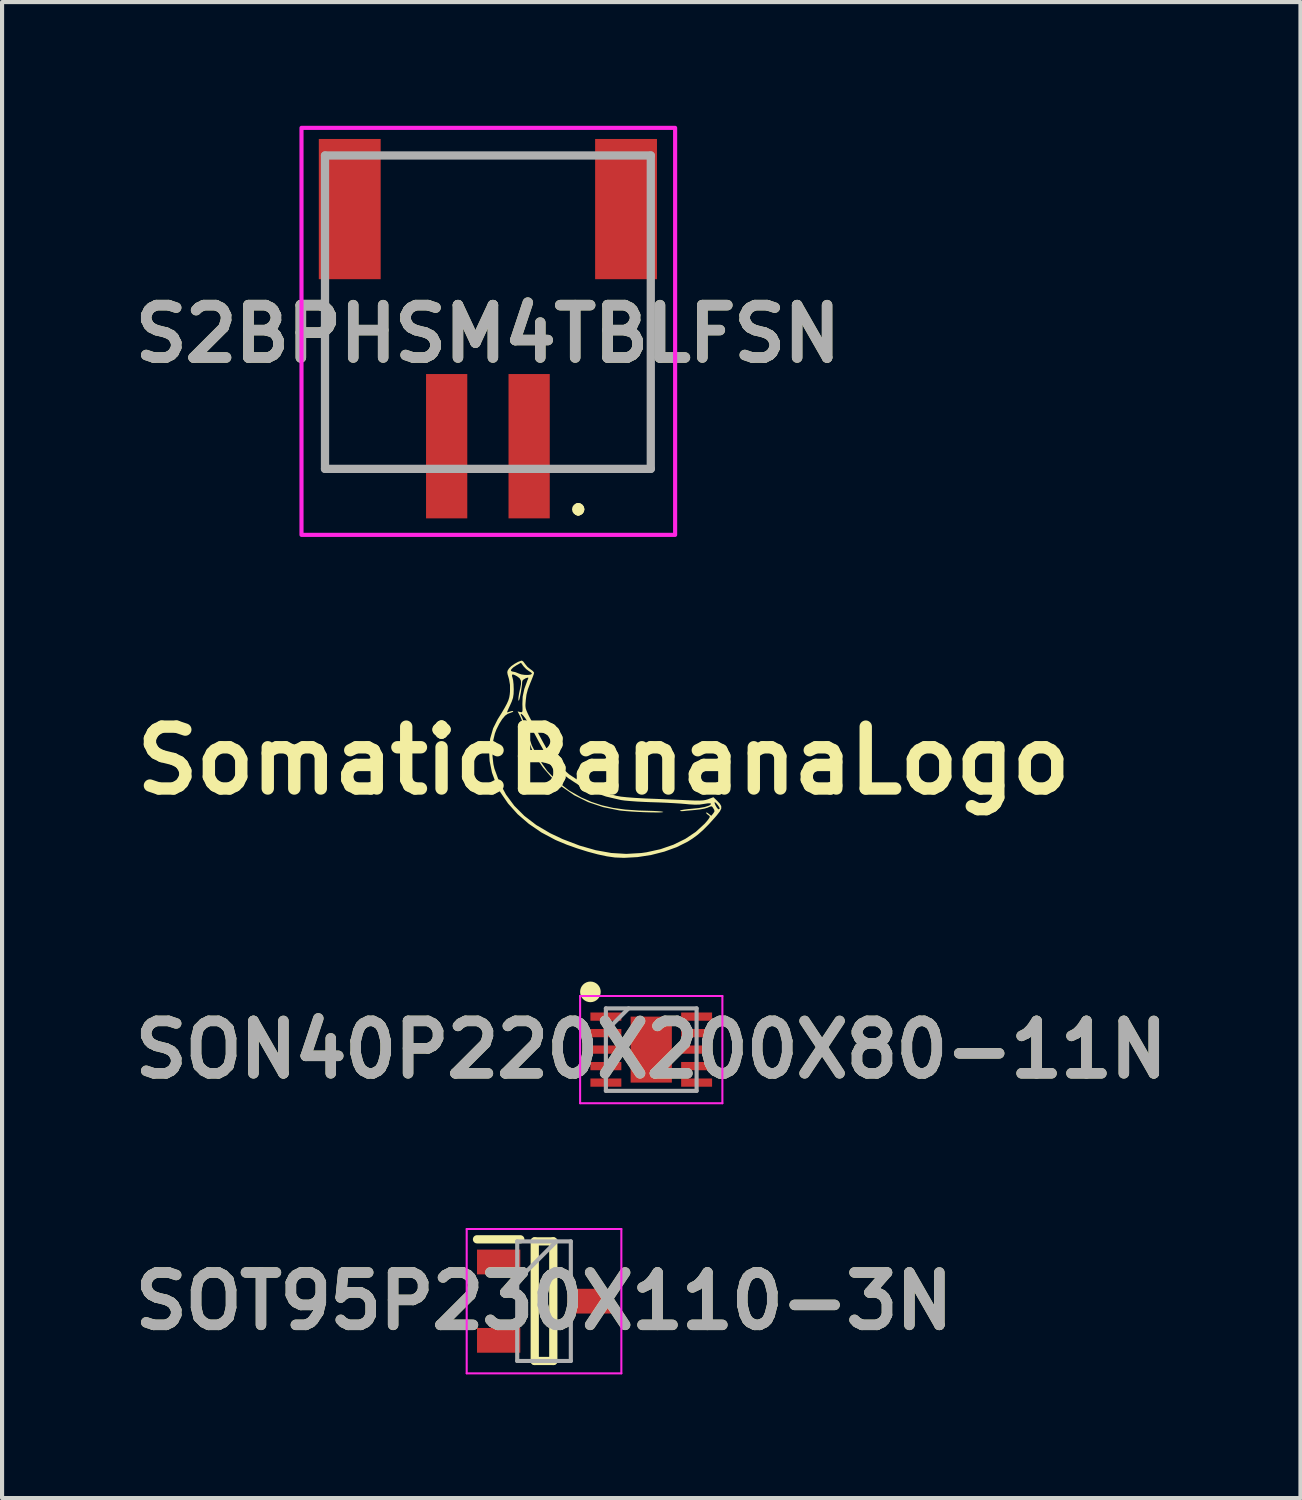
<source format=kicad_pcb>
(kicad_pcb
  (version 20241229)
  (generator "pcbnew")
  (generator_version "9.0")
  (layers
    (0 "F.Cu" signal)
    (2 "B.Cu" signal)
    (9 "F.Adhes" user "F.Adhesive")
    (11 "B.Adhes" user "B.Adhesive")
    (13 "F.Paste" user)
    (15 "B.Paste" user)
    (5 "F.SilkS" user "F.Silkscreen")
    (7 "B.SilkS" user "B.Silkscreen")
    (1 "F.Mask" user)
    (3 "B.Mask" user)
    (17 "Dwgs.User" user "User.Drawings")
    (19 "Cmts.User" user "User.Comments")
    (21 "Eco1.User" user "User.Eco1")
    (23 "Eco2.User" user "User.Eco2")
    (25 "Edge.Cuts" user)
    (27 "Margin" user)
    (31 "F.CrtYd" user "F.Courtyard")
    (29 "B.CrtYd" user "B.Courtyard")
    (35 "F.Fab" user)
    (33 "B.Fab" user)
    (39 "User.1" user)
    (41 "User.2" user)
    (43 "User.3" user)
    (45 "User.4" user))
  (footprint "S2BPHSM4TBLFSN"
    (layer "F.Cu")
    (at 8.781 4.52)
    (property "Reference" "S2BPHSM4TBLFSN" (at 0 0.525 0) (layer "F.SilkS") (effects (font (size 1.27 1.27) (thickness 0.254))))
    (attr smd)
    (fp_line (start -3.95 3.8) (end -3.95 -0.4) (stroke (width 0.1) (type solid)) (layer "F.SilkS"))
    (fp_line (start -2 3.8) (end -3.95 3.8) (stroke (width 0.1) (type solid)) (layer "F.SilkS"))
    (fp_line (start 2.19 4.83) (end 2.19 4.83) (stroke (width 0.2) (type solid)) (layer "F.SilkS"))
    (fp_line (start 2.2 -3.8) (end -2 -3.8) (stroke (width 0.1) (type solid)) (layer "F.SilkS"))
    (fp_line (start 3.95 -0.4) (end 3.95 3.8) (stroke (width 0.1) (type solid)) (layer "F.SilkS"))
    (fp_line (start 3.95 3.8) (end 2 3.8) (stroke (width 0.1) (type solid)) (layer "F.SilkS"))
    (fp_arc (start 2.19 4.73) (mid 2.24 4.78) (end 2.19 4.83) (stroke (width 0.2) (type solid)) (layer "F.SilkS"))
    (fp_arc (start 2.19 4.73) (mid 2.24 4.78) (end 2.19 4.83) (stroke (width 0.2) (type solid)) (layer "F.SilkS"))
    (fp_arc (start 2.19 4.83) (mid 2.14 4.78) (end 2.19 4.73) (stroke (width 0.2) (type solid)) (layer "F.SilkS"))
    (fp_rect (start 4.54 -4.47) (end -4.52 5.4) (stroke (width 0.1) (type default)) (fill no) (layer "F.CrtYd"))
    (fp_line (start -3.95 -3.8) (end -3.95 3.8) (stroke (width 0.2) (type solid)) (layer "F.Fab"))
    (fp_line (start -3.95 3.8) (end 3.95 3.8) (stroke (width 0.2) (type solid)) (layer "F.Fab"))
    (fp_line (start 3.95 -3.8) (end -3.95 -3.8) (stroke (width 0.2) (type solid)) (layer "F.Fab"))
    (fp_line (start 3.95 3.8) (end 3.95 -3.8) (stroke (width 0.2) (type solid)) (layer "F.Fab"))
    (fp_text user "${REFERENCE}" (at 0 0.525 0) (layer "F.Fab") (effects (font (size 1.27 1.27) (thickness 0.254))))
    (pad "1" smd rect (at 1 3.25) (size 1 3.5) (layers "F.Cu" "F.Mask" "F.Paste"))
    (pad "2" smd rect (at -1 3.25) (size 1 3.5) (layers "F.Cu" "F.Mask" "F.Paste"))
    (pad "MP1" smd rect (at 3.35 -2.5) (size 1.5 3.4) (layers "F.Cu" "F.Mask" "F.Paste"))
    (pad "MP2" smd rect (at -3.35 -2.5) (size 1.5 3.4) (layers "F.Cu" "F.Mask" "F.Paste")))
  (footprint "SON40P220X200X80-11N"
    (layer "F.Cu")
    (at 12.742 22.402)
    (property "Reference" "SON40P220X200X80-11N" (at 0 0 0) (layer "F.SilkS") (effects (font (size 1.27 1.27) (thickness 0.254))))
    (attr smd)
    (fp_circle (center -1.475 -1.4) (end -1.475 -1.275) (stroke (width 0.25) (type solid)) (fill no) (layer "F.SilkS"))
    (fp_line (start -1.725 -1.3) (end 1.725 -1.3) (stroke (width 0.05) (type solid)) (layer "F.CrtYd"))
    (fp_line (start -1.725 1.3) (end -1.725 -1.3) (stroke (width 0.05) (type solid)) (layer "F.CrtYd"))
    (fp_line (start 1.725 -1.3) (end 1.725 1.3) (stroke (width 0.05) (type solid)) (layer "F.CrtYd"))
    (fp_line (start 1.725 1.3) (end -1.725 1.3) (stroke (width 0.05) (type solid)) (layer "F.CrtYd"))
    (fp_line (start -1.1 -1) (end 1.1 -1) (stroke (width 0.1) (type solid)) (layer "F.Fab"))
    (fp_line (start -1.1 -0.45) (end -0.55 -1) (stroke (width 0.1) (type solid)) (layer "F.Fab"))
    (fp_line (start -1.1 1) (end -1.1 -1) (stroke (width 0.1) (type solid)) (layer "F.Fab"))
    (fp_line (start 1.1 -1) (end 1.1 1) (stroke (width 0.1) (type solid)) (layer "F.Fab"))
    (fp_line (start 1.1 1) (end -1.1 1) (stroke (width 0.1) (type solid)) (layer "F.Fab"))
    (fp_text user "${REFERENCE}" (at 0 0 0) (layer "F.Fab") (effects (font (size 1.27 1.27) (thickness 0.254))))
    (pad "1" smd rect (at -1.1 -0.8 90) (size 0.2 0.75) (layers "F.Cu" "F.Mask" "F.Paste"))
    (pad "2" smd rect (at -1.1 -0.4 90) (size 0.2 0.75) (layers "F.Cu" "F.Mask" "F.Paste"))
    (pad "3" smd rect (at -1.1 0 90) (size 0.2 0.75) (layers "F.Cu" "F.Mask" "F.Paste"))
    (pad "4" smd rect (at -1.1 0.4 90) (size 0.2 0.75) (layers "F.Cu" "F.Mask" "F.Paste"))
    (pad "5" smd rect (at -1.1 0.8 90) (size 0.2 0.75) (layers "F.Cu" "F.Mask" "F.Paste"))
    (pad "6" smd rect (at 1.1 0.8 90) (size 0.2 0.75) (layers "F.Cu" "F.Mask" "F.Paste"))
    (pad "7" smd rect (at 1.1 0.4 90) (size 0.2 0.75) (layers "F.Cu" "F.Mask" "F.Paste"))
    (pad "8" smd rect (at 1.1 0 90) (size 0.2 0.75) (layers "F.Cu" "F.Mask" "F.Paste"))
    (pad "9" smd rect (at 1.1 -0.4 90) (size 0.2 0.75) (layers "F.Cu" "F.Mask" "F.Paste"))
    (pad "10" smd rect (at 1.1 -0.8 90) (size 0.2 0.75) (layers "F.Cu" "F.Mask" "F.Paste"))
    (pad "11" smd rect (at 0 0) (size 1 1.6) (layers "F.Cu" "F.Mask" "F.Paste")))
  (footprint "SomaticBananaLogo"
    (layer "F.Cu")
    (at 11.586 15.392)
    (property "Reference" "SomaticBananaLogo" (at 0 0 0) (layer "F.SilkS") (effects (font (size 1.5 1.5) (thickness 0.3))))
    (attr board_only exclude_from_pos_files exclude_from_bom)
    (fp_poly (pts (xy -1.948 -2.401) (xy -1.909 -2.35) (xy -1.903 -2.341) (xy -1.847 -2.272) (xy -1.774 -2.213) (xy -1.77 -2.211) (xy -1.715 -2.17) (xy -1.686 -2.133) (xy -1.685 -2.127) (xy -1.694 -2.09) (xy -1.721 -2.017) (xy -1.759 -1.922) (xy -1.779 -1.874) (xy -1.836 -1.726) (xy -1.87 -1.596) (xy -1.887 -1.458) (xy -1.887 -1.452) (xy -1.892 -1.392) (xy -1.895 -1.344) (xy -1.893 -1.302) (xy -1.886 -1.259) (xy -1.869 -1.208) (xy -1.84 -1.143) (xy -1.798 -1.057) (xy -1.738 -0.944) (xy -1.659 -0.798) (xy -1.562 -0.619) (xy -1.465 -0.439) (xy -1.386 -0.298) (xy -1.319 -0.187) (xy -1.259 -0.097) (xy -1.201 -0.019) (xy -1.138 0.054) (xy -1.081 0.115) (xy -0.835 0.336) (xy -0.546 0.527) (xy -0.214 0.686) (xy 0.159 0.815) (xy 0.316 0.857) (xy 0.417 0.875) (xy 0.567 0.891) (xy 0.761 0.906) (xy 0.995 0.919) (xy 1.092 0.923) (xy 1.294 0.931) (xy 1.503 0.94) (xy 1.707 0.948) (xy 1.89 0.956) (xy 2.037 0.963) (xy 2.06 0.964) (xy 2.213 0.97) (xy 2.326 0.971) (xy 2.408 0.967) (xy 2.472 0.957) (xy 2.53 0.94) (xy 2.543 0.935) (xy 2.663 0.889) (xy 2.754 0.977) (xy 2.82 1.047) (xy 2.853 1.106) (xy 2.854 1.164) (xy 2.82 1.234) (xy 2.75 1.324) (xy 2.707 1.374) (xy 2.552 1.546) (xy 2.415 1.684) (xy 2.288 1.796) (xy 2.159 1.891) (xy 2.042 1.966) (xy 1.775 2.1) (xy 1.474 2.209) (xy 1.152 2.291) (xy 0.822 2.342) (xy 0.496 2.36) (xy 0.276 2.351) (xy 0.085 2.324) (xy -0.14 2.276) (xy -0.386 2.21) (xy -0.641 2.13) (xy -0.891 2.041) (xy -1.123 1.945) (xy -1.172 1.923) (xy -1.508 1.744) (xy -1.813 1.535) (xy -2.085 1.3) (xy -2.316 1.042) (xy -2.504 0.767) (xy -2.603 0.574) (xy -2.705 0.296) (xy -2.763 0.014) (xy -2.778 -0.264) (xy -2.774 -0.301) (xy -2.693 -0.301) (xy -2.693 -0.1) (xy -2.672 0.089) (xy -2.647 0.197) (xy -2.526 0.527) (xy -2.365 0.827) (xy -2.164 1.099) (xy -1.919 1.344) (xy -1.631 1.565) (xy -1.296 1.762) (xy -0.992 1.906) (xy -0.581 2.063) (xy -0.189 2.175) (xy 0.187 2.242) (xy 0.553 2.264) (xy 0.913 2.243) (xy 1.041 2.225) (xy 1.379 2.15) (xy 1.695 2.041) (xy 1.982 1.9) (xy 2.235 1.731) (xy 2.446 1.537) (xy 2.458 1.525) (xy 2.53 1.441) (xy 2.568 1.386) (xy 2.575 1.352) (xy 2.554 1.331) (xy 2.542 1.326) (xy 2.499 1.29) (xy 2.49 1.273) (xy 2.491 1.255) (xy 2.527 1.275) (xy 2.543 1.287) (xy 2.611 1.341) (xy 2.658 1.284) (xy 2.689 1.236) (xy 2.684 1.196) (xy 2.665 1.166) (xy 2.639 1.125) (xy 2.617 1.11) (xy 2.582 1.118) (xy 2.519 1.145) (xy 2.444 1.167) (xy 2.34 1.186) (xy 2.232 1.198) (xy 2.12 1.208) (xy 2.014 1.217) (xy 1.939 1.226) (xy 1.878 1.228) (xy 1.852 1.219) (xy 1.854 1.214) (xy 1.885 1.202) (xy 1.956 1.189) (xy 2.055 1.177) (xy 2.112 1.172) (xy 2.306 1.153) (xy 2.451 1.128) (xy 2.55 1.096) (xy 2.579 1.081) (xy 2.608 1.053) (xy 2.59 1.038) (xy 2.529 1.038) (xy 2.43 1.053) (xy 2.429 1.053) (xy 2.329 1.068) (xy 2.217 1.071) (xy 2.078 1.063) (xy 1.986 1.054) (xy 1.864 1.044) (xy 1.705 1.034) (xy 1.523 1.024) (xy 1.332 1.016) (xy 1.171 1.011) (xy 1.136 1.01) (xy 2.693 1.01) (xy 2.695 1.04) (xy 2.717 1.091) (xy 2.749 1.145) (xy 2.78 1.18) (xy 2.791 1.184) (xy 2.816 1.167) (xy 2.816 1.162) (xy 2.802 1.128) (xy 2.769 1.08) (xy 2.731 1.035) (xy 2.701 1.01) (xy 2.693 1.01) (xy 1.136 1.01) (xy 0.992 1.004) (xy 0.814 0.995) (xy 0.65 0.983) (xy 0.513 0.971) (xy 0.421 0.958) (xy 0.058 0.873) (xy -0.29 0.749) (xy -0.612 0.588) (xy -0.858 0.427) (xy -0.994 0.319) (xy -1.113 0.211) (xy -1.221 0.092) (xy -1.324 -0.044) (xy -1.429 -0.206) (xy -1.541 -0.402) (xy -1.644 -0.594) (xy -1.732 -0.757) (xy -1.815 -0.898) (xy -1.888 -1.011) (xy -1.948 -1.09) (xy -1.991 -1.129) (xy -2.001 -1.132) (xy -2.009 -1.114) (xy -1.989 -1.073) (xy -1.967 -1.024) (xy -1.935 -0.937) (xy -1.898 -0.826) (xy -1.868 -0.724) (xy -1.739 -0.363) (xy -1.572 -0.038) (xy -1.366 0.253) (xy -1.122 0.507) (xy -0.839 0.725) (xy -0.54 0.896) (xy -0.295 1.003) (xy -0.042 1.086) (xy 0.228 1.148) (xy 0.525 1.189) (xy 0.858 1.212) (xy 1.065 1.218) (xy 1.2 1.222) (xy 1.314 1.228) (xy 1.398 1.235) (xy 1.443 1.244) (xy 1.448 1.248) (xy 1.423 1.255) (xy 1.355 1.259) (xy 1.253 1.259) (xy 1.125 1.257) (xy 0.982 1.253) (xy 0.832 1.246) (xy 0.684 1.237) (xy 0.548 1.227) (xy 0.433 1.216) (xy 0.382 1.21) (xy -0.012 1.13) (xy -0.375 1.008) (xy -0.709 0.843) (xy -1.011 0.635) (xy -1.271 0.398) (xy -1.465 0.175) (xy -1.62 -0.048) (xy -1.744 -0.286) (xy -1.845 -0.554) (xy -1.885 -0.684) (xy -1.923 -0.81) (xy -1.966 -0.933) (xy -2.005 -1.032) (xy -2.019 -1.063) (xy -2.084 -1.191) (xy -2.022 -1.176) (xy -1.992 -1.17) (xy -1.974 -1.179) (xy -1.966 -1.212) (xy -1.966 -1.28) (xy -1.969 -1.366) (xy -1.962 -1.549) (xy -1.922 -1.736) (xy -1.847 -1.943) (xy -1.831 -1.979) (xy -1.823 -2.007) (xy -1.844 -2.01) (xy -1.893 -1.993) (xy -1.958 -1.952) (xy -1.974 -1.909) (xy -1.978 -1.845) (xy -1.99 -1.757) (xy -2.005 -1.66) (xy -2.023 -1.567) (xy -2.039 -1.493) (xy -2.053 -1.452) (xy -2.057 -1.448) (xy -2.066 -1.471) (xy -2.063 -1.533) (xy -2.05 -1.622) (xy -2.028 -1.724) (xy -2.024 -1.737) (xy -2.001 -1.855) (xy -2.004 -1.937) (xy -2.037 -1.996) (xy -2.102 -2.045) (xy -2.103 -2.045) (xy -2.178 -2.083) (xy -2.217 -2.085) (xy -2.221 -2.05) (xy -2.207 -2.004) (xy -2.193 -1.944) (xy -2.183 -1.85) (xy -2.179 -1.743) (xy -2.178 -1.733) (xy -2.182 -1.613) (xy -2.196 -1.52) (xy -2.228 -1.427) (xy -2.26 -1.355) (xy -2.3 -1.268) (xy -2.329 -1.203) (xy -2.342 -1.17) (xy -2.343 -1.169) (xy -2.321 -1.17) (xy -2.273 -1.186) (xy -2.219 -1.201) (xy -2.19 -1.199) (xy -2.198 -1.18) (xy -2.214 -1.173) (xy -2.265 -1.154) (xy -2.322 -1.134) (xy -2.386 -1.089) (xy -2.458 -1.004) (xy -2.53 -0.89) (xy -2.596 -0.758) (xy -2.635 -0.658) (xy -2.674 -0.494) (xy -2.693 -0.301) (xy -2.774 -0.301) (xy -2.75 -0.531) (xy -2.678 -0.781) (xy -2.568 -1) (xy -2.469 -1.158) (xy -2.396 -1.282) (xy -2.344 -1.379) (xy -2.309 -1.459) (xy -2.287 -1.532) (xy -2.275 -1.605) (xy -2.269 -1.672) (xy -2.269 -1.833) (xy -2.292 -1.97) (xy -2.303 -2.009) (xy -2.328 -2.092) (xy -2.335 -2.144) (xy -2.327 -2.175) (xy -2.248 -2.175) (xy -2.216 -2.158) (xy -2.205 -2.157) (xy -2.141 -2.144) (xy -2.066 -2.114) (xy -2.06 -2.111) (xy -1.997 -2.089) (xy -1.917 -2.077) (xy -1.837 -2.075) (xy -1.772 -2.083) (xy -1.739 -2.102) (xy -1.737 -2.108) (xy -1.758 -2.135) (xy -1.809 -2.168) (xy -1.81 -2.168) (xy -1.875 -2.216) (xy -1.937 -2.281) (xy -1.943 -2.288) (xy -2.003 -2.371) (xy -2.11 -2.311) (xy -2.191 -2.257) (xy -2.238 -2.21) (xy -2.248 -2.175) (xy -2.327 -2.175) (xy -2.325 -2.183) (xy -2.296 -2.228) (xy -2.293 -2.233) (xy -2.239 -2.288) (xy -2.16 -2.344) (xy -2.074 -2.392) (xy -2.001 -2.419) (xy -1.98 -2.422)) (stroke (width 0) (type solid)) (fill yes) (layer "F.SilkS")))
  (footprint "SOT95P230X110-3N"
    (layer "F.Cu")
    (at 10.142 28.502)
    (property "Reference" "SOT95P230X110-3N" (at 0 0 0) (layer "F.SilkS") (effects (font (size 1.27 1.27) (thickness 0.254))))
    (attr smd)
    (fp_line (start -1.625 -1.5) (end -0.575 -1.5) (stroke (width 0.2) (type solid)) (layer "F.SilkS"))
    (fp_line (start -0.225 -1.45) (end 0.225 -1.45) (stroke (width 0.2) (type solid)) (layer "F.SilkS"))
    (fp_line (start -0.225 1.45) (end -0.225 -1.45) (stroke (width 0.2) (type solid)) (layer "F.SilkS"))
    (fp_line (start 0.225 -1.45) (end 0.225 1.45) (stroke (width 0.2) (type solid)) (layer "F.SilkS"))
    (fp_line (start 0.225 1.45) (end -0.225 1.45) (stroke (width 0.2) (type solid)) (layer "F.SilkS"))
    (fp_line (start -1.875 -1.75) (end 1.875 -1.75) (stroke (width 0.05) (type solid)) (layer "F.CrtYd"))
    (fp_line (start -1.875 1.75) (end -1.875 -1.75) (stroke (width 0.05) (type solid)) (layer "F.CrtYd"))
    (fp_line (start 1.875 -1.75) (end 1.875 1.75) (stroke (width 0.05) (type solid)) (layer "F.CrtYd"))
    (fp_line (start 1.875 1.75) (end -1.875 1.75) (stroke (width 0.05) (type solid)) (layer "F.CrtYd"))
    (fp_line (start -0.65 -1.45) (end 0.65 -1.45) (stroke (width 0.1) (type solid)) (layer "F.Fab"))
    (fp_line (start -0.65 -0.5) (end 0.3 -1.45) (stroke (width 0.1) (type solid)) (layer "F.Fab"))
    (fp_line (start -0.65 1.45) (end -0.65 -1.45) (stroke (width 0.1) (type solid)) (layer "F.Fab"))
    (fp_line (start 0.65 -1.45) (end 0.65 1.45) (stroke (width 0.1) (type solid)) (layer "F.Fab"))
    (fp_line (start 0.65 1.45) (end -0.65 1.45) (stroke (width 0.1) (type solid)) (layer "F.Fab"))
    (fp_text user "${REFERENCE}" (at 0 0 0) (layer "F.Fab") (effects (font (size 1.27 1.27) (thickness 0.254))))
    (pad "1" smd rect (at -1.1 -0.95 90) (size 0.6 1.05) (layers "F.Cu" "F.Mask" "F.Paste"))
    (pad "2" smd rect (at -1.1 0.95 90) (size 0.6 1.05) (layers "F.Cu" "F.Mask" "F.Paste"))
    (pad "3" smd rect (at 1.1 0 90) (size 0.6 1.05) (layers "F.Cu" "F.Mask" "F.Paste")))
  (gr_rect
    (start -3 -3)
    (end 28.485 33.277)
    (stroke (width 0.1) (type default))
    (fill no)
    (layer "Edge.Cuts")))
</source>
